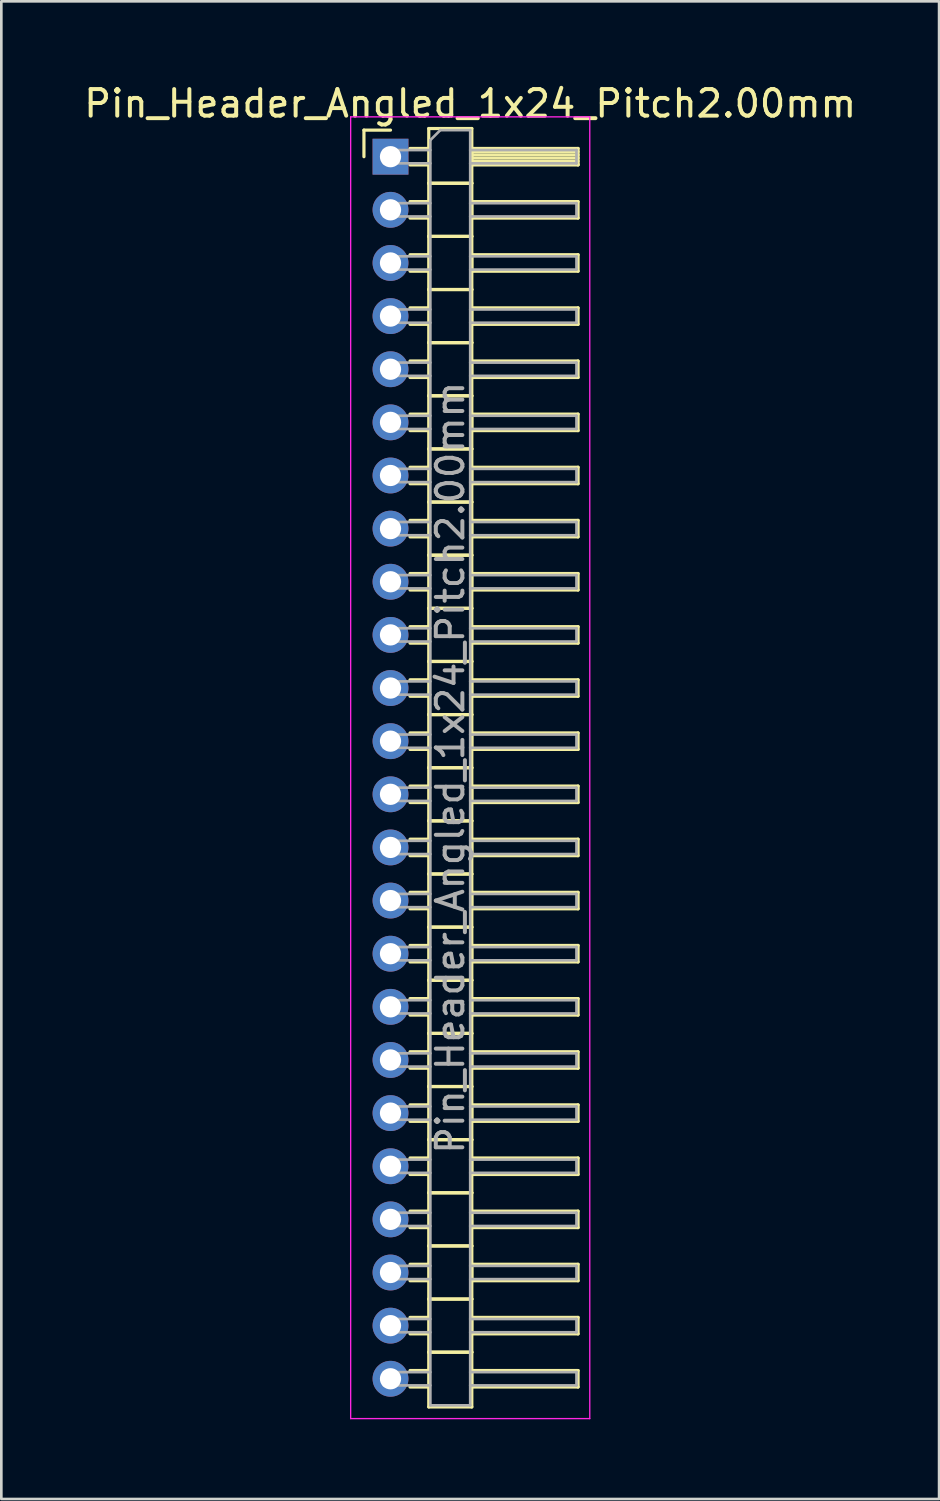
<source format=kicad_pcb>
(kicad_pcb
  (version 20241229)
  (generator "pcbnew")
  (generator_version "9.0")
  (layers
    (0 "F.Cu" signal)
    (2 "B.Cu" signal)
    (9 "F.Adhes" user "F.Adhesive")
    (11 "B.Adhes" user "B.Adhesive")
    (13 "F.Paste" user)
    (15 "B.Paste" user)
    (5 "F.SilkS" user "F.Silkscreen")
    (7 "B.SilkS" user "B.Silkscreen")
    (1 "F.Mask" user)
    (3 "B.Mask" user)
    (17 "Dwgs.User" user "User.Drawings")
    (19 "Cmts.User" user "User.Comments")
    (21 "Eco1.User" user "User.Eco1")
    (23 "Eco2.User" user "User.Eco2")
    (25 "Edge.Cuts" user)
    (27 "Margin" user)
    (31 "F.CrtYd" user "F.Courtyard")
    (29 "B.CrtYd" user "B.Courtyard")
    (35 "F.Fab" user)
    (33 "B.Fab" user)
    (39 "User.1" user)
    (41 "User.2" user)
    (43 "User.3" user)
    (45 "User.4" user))
  (footprint "Pin_Header_Angled_1x24_Pitch2.00mm"
    (layer "F.Cu")
    (at 11.649 2.848)
    (property "Reference" "Pin_Header_Angled_1x24_Pitch2.00mm" (at 3 -2 0) (layer "F.SilkS") (effects (font (size 1 1) (thickness 0.15))))
    (attr through_hole)
    (fp_line (start -1 -1) (end 0 -1) (stroke (width 0.12) (type solid)) (layer "F.SilkS"))
    (fp_line (start -1 0) (end -1 -1) (stroke (width 0.12) (type solid)) (layer "F.SilkS"))
    (fp_line (start 0.735 -0.31) (end 1.44 -0.31) (stroke (width 0.12) (type solid)) (layer "F.SilkS"))
    (fp_line (start 0.735 0.31) (end 1.44 0.31) (stroke (width 0.12) (type solid)) (layer "F.SilkS"))
    (fp_line (start 0.735 1.69) (end 1.44 1.69) (stroke (width 0.12) (type solid)) (layer "F.SilkS"))
    (fp_line (start 0.735 2.31) (end 1.44 2.31) (stroke (width 0.12) (type solid)) (layer "F.SilkS"))
    (fp_line (start 0.735 3.69) (end 1.44 3.69) (stroke (width 0.12) (type solid)) (layer "F.SilkS"))
    (fp_line (start 0.735 4.31) (end 1.44 4.31) (stroke (width 0.12) (type solid)) (layer "F.SilkS"))
    (fp_line (start 0.735 5.69) (end 1.44 5.69) (stroke (width 0.12) (type solid)) (layer "F.SilkS"))
    (fp_line (start 0.735 6.31) (end 1.44 6.31) (stroke (width 0.12) (type solid)) (layer "F.SilkS"))
    (fp_line (start 0.735 7.69) (end 1.44 7.69) (stroke (width 0.12) (type solid)) (layer "F.SilkS"))
    (fp_line (start 0.735 8.31) (end 1.44 8.31) (stroke (width 0.12) (type solid)) (layer "F.SilkS"))
    (fp_line (start 0.735 9.69) (end 1.44 9.69) (stroke (width 0.12) (type solid)) (layer "F.SilkS"))
    (fp_line (start 0.735 10.31) (end 1.44 10.31) (stroke (width 0.12) (type solid)) (layer "F.SilkS"))
    (fp_line (start 0.735 11.69) (end 1.44 11.69) (stroke (width 0.12) (type solid)) (layer "F.SilkS"))
    (fp_line (start 0.735 12.31) (end 1.44 12.31) (stroke (width 0.12) (type solid)) (layer "F.SilkS"))
    (fp_line (start 0.735 13.69) (end 1.44 13.69) (stroke (width 0.12) (type solid)) (layer "F.SilkS"))
    (fp_line (start 0.735 14.31) (end 1.44 14.31) (stroke (width 0.12) (type solid)) (layer "F.SilkS"))
    (fp_line (start 0.735 15.69) (end 1.44 15.69) (stroke (width 0.12) (type solid)) (layer "F.SilkS"))
    (fp_line (start 0.735 16.31) (end 1.44 16.31) (stroke (width 0.12) (type solid)) (layer "F.SilkS"))
    (fp_line (start 0.735 17.69) (end 1.44 17.69) (stroke (width 0.12) (type solid)) (layer "F.SilkS"))
    (fp_line (start 0.735 18.31) (end 1.44 18.31) (stroke (width 0.12) (type solid)) (layer "F.SilkS"))
    (fp_line (start 0.735 19.69) (end 1.44 19.69) (stroke (width 0.12) (type solid)) (layer "F.SilkS"))
    (fp_line (start 0.735 20.31) (end 1.44 20.31) (stroke (width 0.12) (type solid)) (layer "F.SilkS"))
    (fp_line (start 0.735 21.69) (end 1.44 21.69) (stroke (width 0.12) (type solid)) (layer "F.SilkS"))
    (fp_line (start 0.735 22.31) (end 1.44 22.31) (stroke (width 0.12) (type solid)) (layer "F.SilkS"))
    (fp_line (start 0.735 23.69) (end 1.44 23.69) (stroke (width 0.12) (type solid)) (layer "F.SilkS"))
    (fp_line (start 0.735 24.31) (end 1.44 24.31) (stroke (width 0.12) (type solid)) (layer "F.SilkS"))
    (fp_line (start 0.735 25.69) (end 1.44 25.69) (stroke (width 0.12) (type solid)) (layer "F.SilkS"))
    (fp_line (start 0.735 26.31) (end 1.44 26.31) (stroke (width 0.12) (type solid)) (layer "F.SilkS"))
    (fp_line (start 0.735 27.69) (end 1.44 27.69) (stroke (width 0.12) (type solid)) (layer "F.SilkS"))
    (fp_line (start 0.735 28.31) (end 1.44 28.31) (stroke (width 0.12) (type solid)) (layer "F.SilkS"))
    (fp_line (start 0.735 29.69) (end 1.44 29.69) (stroke (width 0.12) (type solid)) (layer "F.SilkS"))
    (fp_line (start 0.735 30.31) (end 1.44 30.31) (stroke (width 0.12) (type solid)) (layer "F.SilkS"))
    (fp_line (start 0.735 31.69) (end 1.44 31.69) (stroke (width 0.12) (type solid)) (layer "F.SilkS"))
    (fp_line (start 0.735 32.31) (end 1.44 32.31) (stroke (width 0.12) (type solid)) (layer "F.SilkS"))
    (fp_line (start 0.735 33.69) (end 1.44 33.69) (stroke (width 0.12) (type solid)) (layer "F.SilkS"))
    (fp_line (start 0.735 34.31) (end 1.44 34.31) (stroke (width 0.12) (type solid)) (layer "F.SilkS"))
    (fp_line (start 0.735 35.69) (end 1.44 35.69) (stroke (width 0.12) (type solid)) (layer "F.SilkS"))
    (fp_line (start 0.735 36.31) (end 1.44 36.31) (stroke (width 0.12) (type solid)) (layer "F.SilkS"))
    (fp_line (start 0.735 37.69) (end 1.44 37.69) (stroke (width 0.12) (type solid)) (layer "F.SilkS"))
    (fp_line (start 0.735 38.31) (end 1.44 38.31) (stroke (width 0.12) (type solid)) (layer "F.SilkS"))
    (fp_line (start 0.735 39.69) (end 1.44 39.69) (stroke (width 0.12) (type solid)) (layer "F.SilkS"))
    (fp_line (start 0.735 40.31) (end 1.44 40.31) (stroke (width 0.12) (type solid)) (layer "F.SilkS"))
    (fp_line (start 0.735 41.69) (end 1.44 41.69) (stroke (width 0.12) (type solid)) (layer "F.SilkS"))
    (fp_line (start 0.735 42.31) (end 1.44 42.31) (stroke (width 0.12) (type solid)) (layer "F.SilkS"))
    (fp_line (start 0.735 43.69) (end 1.44 43.69) (stroke (width 0.12) (type solid)) (layer "F.SilkS"))
    (fp_line (start 0.735 44.31) (end 1.44 44.31) (stroke (width 0.12) (type solid)) (layer "F.SilkS"))
    (fp_line (start 0.735 45.69) (end 1.44 45.69) (stroke (width 0.12) (type solid)) (layer "F.SilkS"))
    (fp_line (start 0.735 46.31) (end 1.44 46.31) (stroke (width 0.12) (type solid)) (layer "F.SilkS"))
    (fp_line (start 1.44 -1.06) (end 1.44 1) (stroke (width 0.12) (type solid)) (layer "F.SilkS"))
    (fp_line (start 1.44 1) (end 1.44 3) (stroke (width 0.12) (type solid)) (layer "F.SilkS"))
    (fp_line (start 1.44 1) (end 3.06 1) (stroke (width 0.12) (type solid)) (layer "F.SilkS"))
    (fp_line (start 1.44 3) (end 1.44 5) (stroke (width 0.12) (type solid)) (layer "F.SilkS"))
    (fp_line (start 1.44 3) (end 3.06 3) (stroke (width 0.12) (type solid)) (layer "F.SilkS"))
    (fp_line (start 1.44 5) (end 1.44 7) (stroke (width 0.12) (type solid)) (layer "F.SilkS"))
    (fp_line (start 1.44 5) (end 3.06 5) (stroke (width 0.12) (type solid)) (layer "F.SilkS"))
    (fp_line (start 1.44 7) (end 1.44 9) (stroke (width 0.12) (type solid)) (layer "F.SilkS"))
    (fp_line (start 1.44 7) (end 3.06 7) (stroke (width 0.12) (type solid)) (layer "F.SilkS"))
    (fp_line (start 1.44 9) (end 1.44 11) (stroke (width 0.12) (type solid)) (layer "F.SilkS"))
    (fp_line (start 1.44 9) (end 3.06 9) (stroke (width 0.12) (type solid)) (layer "F.SilkS"))
    (fp_line (start 1.44 11) (end 1.44 13) (stroke (width 0.12) (type solid)) (layer "F.SilkS"))
    (fp_line (start 1.44 11) (end 3.06 11) (stroke (width 0.12) (type solid)) (layer "F.SilkS"))
    (fp_line (start 1.44 13) (end 1.44 15) (stroke (width 0.12) (type solid)) (layer "F.SilkS"))
    (fp_line (start 1.44 13) (end 3.06 13) (stroke (width 0.12) (type solid)) (layer "F.SilkS"))
    (fp_line (start 1.44 15) (end 1.44 17) (stroke (width 0.12) (type solid)) (layer "F.SilkS"))
    (fp_line (start 1.44 15) (end 3.06 15) (stroke (width 0.12) (type solid)) (layer "F.SilkS"))
    (fp_line (start 1.44 17) (end 1.44 19) (stroke (width 0.12) (type solid)) (layer "F.SilkS"))
    (fp_line (start 1.44 17) (end 3.06 17) (stroke (width 0.12) (type solid)) (layer "F.SilkS"))
    (fp_line (start 1.44 19) (end 1.44 21) (stroke (width 0.12) (type solid)) (layer "F.SilkS"))
    (fp_line (start 1.44 19) (end 3.06 19) (stroke (width 0.12) (type solid)) (layer "F.SilkS"))
    (fp_line (start 1.44 21) (end 1.44 23) (stroke (width 0.12) (type solid)) (layer "F.SilkS"))
    (fp_line (start 1.44 21) (end 3.06 21) (stroke (width 0.12) (type solid)) (layer "F.SilkS"))
    (fp_line (start 1.44 23) (end 1.44 25) (stroke (width 0.12) (type solid)) (layer "F.SilkS"))
    (fp_line (start 1.44 23) (end 3.06 23) (stroke (width 0.12) (type solid)) (layer "F.SilkS"))
    (fp_line (start 1.44 25) (end 1.44 27) (stroke (width 0.12) (type solid)) (layer "F.SilkS"))
    (fp_line (start 1.44 25) (end 3.06 25) (stroke (width 0.12) (type solid)) (layer "F.SilkS"))
    (fp_line (start 1.44 27) (end 1.44 29) (stroke (width 0.12) (type solid)) (layer "F.SilkS"))
    (fp_line (start 1.44 27) (end 3.06 27) (stroke (width 0.12) (type solid)) (layer "F.SilkS"))
    (fp_line (start 1.44 29) (end 1.44 31) (stroke (width 0.12) (type solid)) (layer "F.SilkS"))
    (fp_line (start 1.44 29) (end 3.06 29) (stroke (width 0.12) (type solid)) (layer "F.SilkS"))
    (fp_line (start 1.44 31) (end 1.44 33) (stroke (width 0.12) (type solid)) (layer "F.SilkS"))
    (fp_line (start 1.44 31) (end 3.06 31) (stroke (width 0.12) (type solid)) (layer "F.SilkS"))
    (fp_line (start 1.44 33) (end 1.44 35) (stroke (width 0.12) (type solid)) (layer "F.SilkS"))
    (fp_line (start 1.44 33) (end 3.06 33) (stroke (width 0.12) (type solid)) (layer "F.SilkS"))
    (fp_line (start 1.44 35) (end 1.44 37) (stroke (width 0.12) (type solid)) (layer "F.SilkS"))
    (fp_line (start 1.44 35) (end 3.06 35) (stroke (width 0.12) (type solid)) (layer "F.SilkS"))
    (fp_line (start 1.44 37) (end 1.44 39) (stroke (width 0.12) (type solid)) (layer "F.SilkS"))
    (fp_line (start 1.44 37) (end 3.06 37) (stroke (width 0.12) (type solid)) (layer "F.SilkS"))
    (fp_line (start 1.44 39) (end 1.44 41) (stroke (width 0.12) (type solid)) (layer "F.SilkS"))
    (fp_line (start 1.44 39) (end 3.06 39) (stroke (width 0.12) (type solid)) (layer "F.SilkS"))
    (fp_line (start 1.44 41) (end 1.44 43) (stroke (width 0.12) (type solid)) (layer "F.SilkS"))
    (fp_line (start 1.44 41) (end 3.06 41) (stroke (width 0.12) (type solid)) (layer "F.SilkS"))
    (fp_line (start 1.44 43) (end 1.44 45) (stroke (width 0.12) (type solid)) (layer "F.SilkS"))
    (fp_line (start 1.44 43) (end 3.06 43) (stroke (width 0.12) (type solid)) (layer "F.SilkS"))
    (fp_line (start 1.44 45) (end 1.44 47.06) (stroke (width 0.12) (type solid)) (layer "F.SilkS"))
    (fp_line (start 1.44 45) (end 3.06 45) (stroke (width 0.12) (type solid)) (layer "F.SilkS"))
    (fp_line (start 1.44 47.06) (end 3.06 47.06) (stroke (width 0.12) (type solid)) (layer "F.SilkS"))
    (fp_line (start 3.06 -1.06) (end 1.44 -1.06) (stroke (width 0.12) (type solid)) (layer "F.SilkS"))
    (fp_line (start 3.06 -0.31) (end 3.06 0.31) (stroke (width 0.12) (type solid)) (layer "F.SilkS"))
    (fp_line (start 3.06 -0.19) (end 7.06 -0.19) (stroke (width 0.12) (type solid)) (layer "F.SilkS"))
    (fp_line (start 3.06 -0.07) (end 7.06 -0.07) (stroke (width 0.12) (type solid)) (layer "F.SilkS"))
    (fp_line (start 3.06 0.05) (end 7.06 0.05) (stroke (width 0.12) (type solid)) (layer "F.SilkS"))
    (fp_line (start 3.06 0.17) (end 7.06 0.17) (stroke (width 0.12) (type solid)) (layer "F.SilkS"))
    (fp_line (start 3.06 0.29) (end 7.06 0.29) (stroke (width 0.12) (type solid)) (layer "F.SilkS"))
    (fp_line (start 3.06 0.31) (end 7.06 0.31) (stroke (width 0.12) (type solid)) (layer "F.SilkS"))
    (fp_line (start 3.06 1) (end 1.44 1) (stroke (width 0.12) (type solid)) (layer "F.SilkS"))
    (fp_line (start 3.06 1) (end 3.06 -1.06) (stroke (width 0.12) (type solid)) (layer "F.SilkS"))
    (fp_line (start 3.06 1.69) (end 3.06 2.31) (stroke (width 0.12) (type solid)) (layer "F.SilkS"))
    (fp_line (start 3.06 2.31) (end 7.06 2.31) (stroke (width 0.12) (type solid)) (layer "F.SilkS"))
    (fp_line (start 3.06 3) (end 1.44 3) (stroke (width 0.12) (type solid)) (layer "F.SilkS"))
    (fp_line (start 3.06 3) (end 3.06 1) (stroke (width 0.12) (type solid)) (layer "F.SilkS"))
    (fp_line (start 3.06 3.69) (end 3.06 4.31) (stroke (width 0.12) (type solid)) (layer "F.SilkS"))
    (fp_line (start 3.06 4.31) (end 7.06 4.31) (stroke (width 0.12) (type solid)) (layer "F.SilkS"))
    (fp_line (start 3.06 5) (end 1.44 5) (stroke (width 0.12) (type solid)) (layer "F.SilkS"))
    (fp_line (start 3.06 5) (end 3.06 3) (stroke (width 0.12) (type solid)) (layer "F.SilkS"))
    (fp_line (start 3.06 5.69) (end 3.06 6.31) (stroke (width 0.12) (type solid)) (layer "F.SilkS"))
    (fp_line (start 3.06 6.31) (end 7.06 6.31) (stroke (width 0.12) (type solid)) (layer "F.SilkS"))
    (fp_line (start 3.06 7) (end 1.44 7) (stroke (width 0.12) (type solid)) (layer "F.SilkS"))
    (fp_line (start 3.06 7) (end 3.06 5) (stroke (width 0.12) (type solid)) (layer "F.SilkS"))
    (fp_line (start 3.06 7.69) (end 3.06 8.31) (stroke (width 0.12) (type solid)) (layer "F.SilkS"))
    (fp_line (start 3.06 8.31) (end 7.06 8.31) (stroke (width 0.12) (type solid)) (layer "F.SilkS"))
    (fp_line (start 3.06 9) (end 1.44 9) (stroke (width 0.12) (type solid)) (layer "F.SilkS"))
    (fp_line (start 3.06 9) (end 3.06 7) (stroke (width 0.12) (type solid)) (layer "F.SilkS"))
    (fp_line (start 3.06 9.69) (end 3.06 10.31) (stroke (width 0.12) (type solid)) (layer "F.SilkS"))
    (fp_line (start 3.06 10.31) (end 7.06 10.31) (stroke (width 0.12) (type solid)) (layer "F.SilkS"))
    (fp_line (start 3.06 11) (end 1.44 11) (stroke (width 0.12) (type solid)) (layer "F.SilkS"))
    (fp_line (start 3.06 11) (end 3.06 9) (stroke (width 0.12) (type solid)) (layer "F.SilkS"))
    (fp_line (start 3.06 11.69) (end 3.06 12.31) (stroke (width 0.12) (type solid)) (layer "F.SilkS"))
    (fp_line (start 3.06 12.31) (end 7.06 12.31) (stroke (width 0.12) (type solid)) (layer "F.SilkS"))
    (fp_line (start 3.06 13) (end 1.44 13) (stroke (width 0.12) (type solid)) (layer "F.SilkS"))
    (fp_line (start 3.06 13) (end 3.06 11) (stroke (width 0.12) (type solid)) (layer "F.SilkS"))
    (fp_line (start 3.06 13.69) (end 3.06 14.31) (stroke (width 0.12) (type solid)) (layer "F.SilkS"))
    (fp_line (start 3.06 14.31) (end 7.06 14.31) (stroke (width 0.12) (type solid)) (layer "F.SilkS"))
    (fp_line (start 3.06 15) (end 1.44 15) (stroke (width 0.12) (type solid)) (layer "F.SilkS"))
    (fp_line (start 3.06 15) (end 3.06 13) (stroke (width 0.12) (type solid)) (layer "F.SilkS"))
    (fp_line (start 3.06 15.69) (end 3.06 16.31) (stroke (width 0.12) (type solid)) (layer "F.SilkS"))
    (fp_line (start 3.06 16.31) (end 7.06 16.31) (stroke (width 0.12) (type solid)) (layer "F.SilkS"))
    (fp_line (start 3.06 17) (end 1.44 17) (stroke (width 0.12) (type solid)) (layer "F.SilkS"))
    (fp_line (start 3.06 17) (end 3.06 15) (stroke (width 0.12) (type solid)) (layer "F.SilkS"))
    (fp_line (start 3.06 17.69) (end 3.06 18.31) (stroke (width 0.12) (type solid)) (layer "F.SilkS"))
    (fp_line (start 3.06 18.31) (end 7.06 18.31) (stroke (width 0.12) (type solid)) (layer "F.SilkS"))
    (fp_line (start 3.06 19) (end 1.44 19) (stroke (width 0.12) (type solid)) (layer "F.SilkS"))
    (fp_line (start 3.06 19) (end 3.06 17) (stroke (width 0.12) (type solid)) (layer "F.SilkS"))
    (fp_line (start 3.06 19.69) (end 3.06 20.31) (stroke (width 0.12) (type solid)) (layer "F.SilkS"))
    (fp_line (start 3.06 20.31) (end 7.06 20.31) (stroke (width 0.12) (type solid)) (layer "F.SilkS"))
    (fp_line (start 3.06 21) (end 1.44 21) (stroke (width 0.12) (type solid)) (layer "F.SilkS"))
    (fp_line (start 3.06 21) (end 3.06 19) (stroke (width 0.12) (type solid)) (layer "F.SilkS"))
    (fp_line (start 3.06 21.69) (end 3.06 22.31) (stroke (width 0.12) (type solid)) (layer "F.SilkS"))
    (fp_line (start 3.06 22.31) (end 7.06 22.31) (stroke (width 0.12) (type solid)) (layer "F.SilkS"))
    (fp_line (start 3.06 23) (end 1.44 23) (stroke (width 0.12) (type solid)) (layer "F.SilkS"))
    (fp_line (start 3.06 23) (end 3.06 21) (stroke (width 0.12) (type solid)) (layer "F.SilkS"))
    (fp_line (start 3.06 23.69) (end 3.06 24.31) (stroke (width 0.12) (type solid)) (layer "F.SilkS"))
    (fp_line (start 3.06 24.31) (end 7.06 24.31) (stroke (width 0.12) (type solid)) (layer "F.SilkS"))
    (fp_line (start 3.06 25) (end 1.44 25) (stroke (width 0.12) (type solid)) (layer "F.SilkS"))
    (fp_line (start 3.06 25) (end 3.06 23) (stroke (width 0.12) (type solid)) (layer "F.SilkS"))
    (fp_line (start 3.06 25.69) (end 3.06 26.31) (stroke (width 0.12) (type solid)) (layer "F.SilkS"))
    (fp_line (start 3.06 26.31) (end 7.06 26.31) (stroke (width 0.12) (type solid)) (layer "F.SilkS"))
    (fp_line (start 3.06 27) (end 1.44 27) (stroke (width 0.12) (type solid)) (layer "F.SilkS"))
    (fp_line (start 3.06 27) (end 3.06 25) (stroke (width 0.12) (type solid)) (layer "F.SilkS"))
    (fp_line (start 3.06 27.69) (end 3.06 28.31) (stroke (width 0.12) (type solid)) (layer "F.SilkS"))
    (fp_line (start 3.06 28.31) (end 7.06 28.31) (stroke (width 0.12) (type solid)) (layer "F.SilkS"))
    (fp_line (start 3.06 29) (end 1.44 29) (stroke (width 0.12) (type solid)) (layer "F.SilkS"))
    (fp_line (start 3.06 29) (end 3.06 27) (stroke (width 0.12) (type solid)) (layer "F.SilkS"))
    (fp_line (start 3.06 29.69) (end 3.06 30.31) (stroke (width 0.12) (type solid)) (layer "F.SilkS"))
    (fp_line (start 3.06 30.31) (end 7.06 30.31) (stroke (width 0.12) (type solid)) (layer "F.SilkS"))
    (fp_line (start 3.06 31) (end 1.44 31) (stroke (width 0.12) (type solid)) (layer "F.SilkS"))
    (fp_line (start 3.06 31) (end 3.06 29) (stroke (width 0.12) (type solid)) (layer "F.SilkS"))
    (fp_line (start 3.06 31.69) (end 3.06 32.31) (stroke (width 0.12) (type solid)) (layer "F.SilkS"))
    (fp_line (start 3.06 32.31) (end 7.06 32.31) (stroke (width 0.12) (type solid)) (layer "F.SilkS"))
    (fp_line (start 3.06 33) (end 1.44 33) (stroke (width 0.12) (type solid)) (layer "F.SilkS"))
    (fp_line (start 3.06 33) (end 3.06 31) (stroke (width 0.12) (type solid)) (layer "F.SilkS"))
    (fp_line (start 3.06 33.69) (end 3.06 34.31) (stroke (width 0.12) (type solid)) (layer "F.SilkS"))
    (fp_line (start 3.06 34.31) (end 7.06 34.31) (stroke (width 0.12) (type solid)) (layer "F.SilkS"))
    (fp_line (start 3.06 35) (end 1.44 35) (stroke (width 0.12) (type solid)) (layer "F.SilkS"))
    (fp_line (start 3.06 35) (end 3.06 33) (stroke (width 0.12) (type solid)) (layer "F.SilkS"))
    (fp_line (start 3.06 35.69) (end 3.06 36.31) (stroke (width 0.12) (type solid)) (layer "F.SilkS"))
    (fp_line (start 3.06 36.31) (end 7.06 36.31) (stroke (width 0.12) (type solid)) (layer "F.SilkS"))
    (fp_line (start 3.06 37) (end 1.44 37) (stroke (width 0.12) (type solid)) (layer "F.SilkS"))
    (fp_line (start 3.06 37) (end 3.06 35) (stroke (width 0.12) (type solid)) (layer "F.SilkS"))
    (fp_line (start 3.06 37.69) (end 3.06 38.31) (stroke (width 0.12) (type solid)) (layer "F.SilkS"))
    (fp_line (start 3.06 38.31) (end 7.06 38.31) (stroke (width 0.12) (type solid)) (layer "F.SilkS"))
    (fp_line (start 3.06 39) (end 1.44 39) (stroke (width 0.12) (type solid)) (layer "F.SilkS"))
    (fp_line (start 3.06 39) (end 3.06 37) (stroke (width 0.12) (type solid)) (layer "F.SilkS"))
    (fp_line (start 3.06 39.69) (end 3.06 40.31) (stroke (width 0.12) (type solid)) (layer "F.SilkS"))
    (fp_line (start 3.06 40.31) (end 7.06 40.31) (stroke (width 0.12) (type solid)) (layer "F.SilkS"))
    (fp_line (start 3.06 41) (end 1.44 41) (stroke (width 0.12) (type solid)) (layer "F.SilkS"))
    (fp_line (start 3.06 41) (end 3.06 39) (stroke (width 0.12) (type solid)) (layer "F.SilkS"))
    (fp_line (start 3.06 41.69) (end 3.06 42.31) (stroke (width 0.12) (type solid)) (layer "F.SilkS"))
    (fp_line (start 3.06 42.31) (end 7.06 42.31) (stroke (width 0.12) (type solid)) (layer "F.SilkS"))
    (fp_line (start 3.06 43) (end 1.44 43) (stroke (width 0.12) (type solid)) (layer "F.SilkS"))
    (fp_line (start 3.06 43) (end 3.06 41) (stroke (width 0.12) (type solid)) (layer "F.SilkS"))
    (fp_line (start 3.06 43.69) (end 3.06 44.31) (stroke (width 0.12) (type solid)) (layer "F.SilkS"))
    (fp_line (start 3.06 44.31) (end 7.06 44.31) (stroke (width 0.12) (type solid)) (layer "F.SilkS"))
    (fp_line (start 3.06 45) (end 1.44 45) (stroke (width 0.12) (type solid)) (layer "F.SilkS"))
    (fp_line (start 3.06 45) (end 3.06 43) (stroke (width 0.12) (type solid)) (layer "F.SilkS"))
    (fp_line (start 3.06 45.69) (end 3.06 46.31) (stroke (width 0.12) (type solid)) (layer "F.SilkS"))
    (fp_line (start 3.06 46.31) (end 7.06 46.31) (stroke (width 0.12) (type solid)) (layer "F.SilkS"))
    (fp_line (start 3.06 47.06) (end 3.06 45) (stroke (width 0.12) (type solid)) (layer "F.SilkS"))
    (fp_line (start 7.06 -0.31) (end 3.06 -0.31) (stroke (width 0.12) (type solid)) (layer "F.SilkS"))
    (fp_line (start 7.06 0.31) (end 7.06 -0.31) (stroke (width 0.12) (type solid)) (layer "F.SilkS"))
    (fp_line (start 7.06 1.69) (end 3.06 1.69) (stroke (width 0.12) (type solid)) (layer "F.SilkS"))
    (fp_line (start 7.06 2.31) (end 7.06 1.69) (stroke (width 0.12) (type solid)) (layer "F.SilkS"))
    (fp_line (start 7.06 3.69) (end 3.06 3.69) (stroke (width 0.12) (type solid)) (layer "F.SilkS"))
    (fp_line (start 7.06 4.31) (end 7.06 3.69) (stroke (width 0.12) (type solid)) (layer "F.SilkS"))
    (fp_line (start 7.06 5.69) (end 3.06 5.69) (stroke (width 0.12) (type solid)) (layer "F.SilkS"))
    (fp_line (start 7.06 6.31) (end 7.06 5.69) (stroke (width 0.12) (type solid)) (layer "F.SilkS"))
    (fp_line (start 7.06 7.69) (end 3.06 7.69) (stroke (width 0.12) (type solid)) (layer "F.SilkS"))
    (fp_line (start 7.06 8.31) (end 7.06 7.69) (stroke (width 0.12) (type solid)) (layer "F.SilkS"))
    (fp_line (start 7.06 9.69) (end 3.06 9.69) (stroke (width 0.12) (type solid)) (layer "F.SilkS"))
    (fp_line (start 7.06 10.31) (end 7.06 9.69) (stroke (width 0.12) (type solid)) (layer "F.SilkS"))
    (fp_line (start 7.06 11.69) (end 3.06 11.69) (stroke (width 0.12) (type solid)) (layer "F.SilkS"))
    (fp_line (start 7.06 12.31) (end 7.06 11.69) (stroke (width 0.12) (type solid)) (layer "F.SilkS"))
    (fp_line (start 7.06 13.69) (end 3.06 13.69) (stroke (width 0.12) (type solid)) (layer "F.SilkS"))
    (fp_line (start 7.06 14.31) (end 7.06 13.69) (stroke (width 0.12) (type solid)) (layer "F.SilkS"))
    (fp_line (start 7.06 15.69) (end 3.06 15.69) (stroke (width 0.12) (type solid)) (layer "F.SilkS"))
    (fp_line (start 7.06 16.31) (end 7.06 15.69) (stroke (width 0.12) (type solid)) (layer "F.SilkS"))
    (fp_line (start 7.06 17.69) (end 3.06 17.69) (stroke (width 0.12) (type solid)) (layer "F.SilkS"))
    (fp_line (start 7.06 18.31) (end 7.06 17.69) (stroke (width 0.12) (type solid)) (layer "F.SilkS"))
    (fp_line (start 7.06 19.69) (end 3.06 19.69) (stroke (width 0.12) (type solid)) (layer "F.SilkS"))
    (fp_line (start 7.06 20.31) (end 7.06 19.69) (stroke (width 0.12) (type solid)) (layer "F.SilkS"))
    (fp_line (start 7.06 21.69) (end 3.06 21.69) (stroke (width 0.12) (type solid)) (layer "F.SilkS"))
    (fp_line (start 7.06 22.31) (end 7.06 21.69) (stroke (width 0.12) (type solid)) (layer "F.SilkS"))
    (fp_line (start 7.06 23.69) (end 3.06 23.69) (stroke (width 0.12) (type solid)) (layer "F.SilkS"))
    (fp_line (start 7.06 24.31) (end 7.06 23.69) (stroke (width 0.12) (type solid)) (layer "F.SilkS"))
    (fp_line (start 7.06 25.69) (end 3.06 25.69) (stroke (width 0.12) (type solid)) (layer "F.SilkS"))
    (fp_line (start 7.06 26.31) (end 7.06 25.69) (stroke (width 0.12) (type solid)) (layer "F.SilkS"))
    (fp_line (start 7.06 27.69) (end 3.06 27.69) (stroke (width 0.12) (type solid)) (layer "F.SilkS"))
    (fp_line (start 7.06 28.31) (end 7.06 27.69) (stroke (width 0.12) (type solid)) (layer "F.SilkS"))
    (fp_line (start 7.06 29.69) (end 3.06 29.69) (stroke (width 0.12) (type solid)) (layer "F.SilkS"))
    (fp_line (start 7.06 30.31) (end 7.06 29.69) (stroke (width 0.12) (type solid)) (layer "F.SilkS"))
    (fp_line (start 7.06 31.69) (end 3.06 31.69) (stroke (width 0.12) (type solid)) (layer "F.SilkS"))
    (fp_line (start 7.06 32.31) (end 7.06 31.69) (stroke (width 0.12) (type solid)) (layer "F.SilkS"))
    (fp_line (start 7.06 33.69) (end 3.06 33.69) (stroke (width 0.12) (type solid)) (layer "F.SilkS"))
    (fp_line (start 7.06 34.31) (end 7.06 33.69) (stroke (width 0.12) (type solid)) (layer "F.SilkS"))
    (fp_line (start 7.06 35.69) (end 3.06 35.69) (stroke (width 0.12) (type solid)) (layer "F.SilkS"))
    (fp_line (start 7.06 36.31) (end 7.06 35.69) (stroke (width 0.12) (type solid)) (layer "F.SilkS"))
    (fp_line (start 7.06 37.69) (end 3.06 37.69) (stroke (width 0.12) (type solid)) (layer "F.SilkS"))
    (fp_line (start 7.06 38.31) (end 7.06 37.69) (stroke (width 0.12) (type solid)) (layer "F.SilkS"))
    (fp_line (start 7.06 39.69) (end 3.06 39.69) (stroke (width 0.12) (type solid)) (layer "F.SilkS"))
    (fp_line (start 7.06 40.31) (end 7.06 39.69) (stroke (width 0.12) (type solid)) (layer "F.SilkS"))
    (fp_line (start 7.06 41.69) (end 3.06 41.69) (stroke (width 0.12) (type solid)) (layer "F.SilkS"))
    (fp_line (start 7.06 42.31) (end 7.06 41.69) (stroke (width 0.12) (type solid)) (layer "F.SilkS"))
    (fp_line (start 7.06 43.69) (end 3.06 43.69) (stroke (width 0.12) (type solid)) (layer "F.SilkS"))
    (fp_line (start 7.06 44.31) (end 7.06 43.69) (stroke (width 0.12) (type solid)) (layer "F.SilkS"))
    (fp_line (start 7.06 45.69) (end 3.06 45.69) (stroke (width 0.12) (type solid)) (layer "F.SilkS"))
    (fp_line (start 7.06 46.31) (end 7.06 45.69) (stroke (width 0.12) (type solid)) (layer "F.SilkS"))
    (fp_line (start -1.5 -1.5) (end -1.5 47.5) (stroke (width 0.05) (type solid)) (layer "F.CrtYd"))
    (fp_line (start -1.5 47.5) (end 7.5 47.5) (stroke (width 0.05) (type solid)) (layer "F.CrtYd"))
    (fp_line (start 7.5 -1.5) (end -1.5 -1.5) (stroke (width 0.05) (type solid)) (layer "F.CrtYd"))
    (fp_line (start 7.5 47.5) (end 7.5 -1.5) (stroke (width 0.05) (type solid)) (layer "F.CrtYd"))
    (fp_line (start -0.25 -0.25) (end -0.25 0.25) (stroke (width 0.1) (type solid)) (layer "F.Fab"))
    (fp_line (start -0.25 -0.25) (end 1.5 -0.25) (stroke (width 0.1) (type solid)) (layer "F.Fab"))
    (fp_line (start -0.25 0.25) (end 1.5 0.25) (stroke (width 0.1) (type solid)) (layer "F.Fab"))
    (fp_line (start -0.25 1.75) (end -0.25 2.25) (stroke (width 0.1) (type solid)) (layer "F.Fab"))
    (fp_line (start -0.25 1.75) (end 1.5 1.75) (stroke (width 0.1) (type solid)) (layer "F.Fab"))
    (fp_line (start -0.25 2.25) (end 1.5 2.25) (stroke (width 0.1) (type solid)) (layer "F.Fab"))
    (fp_line (start -0.25 3.75) (end -0.25 4.25) (stroke (width 0.1) (type solid)) (layer "F.Fab"))
    (fp_line (start -0.25 3.75) (end 1.5 3.75) (stroke (width 0.1) (type solid)) (layer "F.Fab"))
    (fp_line (start -0.25 4.25) (end 1.5 4.25) (stroke (width 0.1) (type solid)) (layer "F.Fab"))
    (fp_line (start -0.25 5.75) (end -0.25 6.25) (stroke (width 0.1) (type solid)) (layer "F.Fab"))
    (fp_line (start -0.25 5.75) (end 1.5 5.75) (stroke (width 0.1) (type solid)) (layer "F.Fab"))
    (fp_line (start -0.25 6.25) (end 1.5 6.25) (stroke (width 0.1) (type solid)) (layer "F.Fab"))
    (fp_line (start -0.25 7.75) (end -0.25 8.25) (stroke (width 0.1) (type solid)) (layer "F.Fab"))
    (fp_line (start -0.25 7.75) (end 1.5 7.75) (stroke (width 0.1) (type solid)) (layer "F.Fab"))
    (fp_line (start -0.25 8.25) (end 1.5 8.25) (stroke (width 0.1) (type solid)) (layer "F.Fab"))
    (fp_line (start -0.25 9.75) (end -0.25 10.25) (stroke (width 0.1) (type solid)) (layer "F.Fab"))
    (fp_line (start -0.25 9.75) (end 1.5 9.75) (stroke (width 0.1) (type solid)) (layer "F.Fab"))
    (fp_line (start -0.25 10.25) (end 1.5 10.25) (stroke (width 0.1) (type solid)) (layer "F.Fab"))
    (fp_line (start -0.25 11.75) (end -0.25 12.25) (stroke (width 0.1) (type solid)) (layer "F.Fab"))
    (fp_line (start -0.25 11.75) (end 1.5 11.75) (stroke (width 0.1) (type solid)) (layer "F.Fab"))
    (fp_line (start -0.25 12.25) (end 1.5 12.25) (stroke (width 0.1) (type solid)) (layer "F.Fab"))
    (fp_line (start -0.25 13.75) (end -0.25 14.25) (stroke (width 0.1) (type solid)) (layer "F.Fab"))
    (fp_line (start -0.25 13.75) (end 1.5 13.75) (stroke (width 0.1) (type solid)) (layer "F.Fab"))
    (fp_line (start -0.25 14.25) (end 1.5 14.25) (stroke (width 0.1) (type solid)) (layer "F.Fab"))
    (fp_line (start -0.25 15.75) (end -0.25 16.25) (stroke (width 0.1) (type solid)) (layer "F.Fab"))
    (fp_line (start -0.25 15.75) (end 1.5 15.75) (stroke (width 0.1) (type solid)) (layer "F.Fab"))
    (fp_line (start -0.25 16.25) (end 1.5 16.25) (stroke (width 0.1) (type solid)) (layer "F.Fab"))
    (fp_line (start -0.25 17.75) (end -0.25 18.25) (stroke (width 0.1) (type solid)) (layer "F.Fab"))
    (fp_line (start -0.25 17.75) (end 1.5 17.75) (stroke (width 0.1) (type solid)) (layer "F.Fab"))
    (fp_line (start -0.25 18.25) (end 1.5 18.25) (stroke (width 0.1) (type solid)) (layer "F.Fab"))
    (fp_line (start -0.25 19.75) (end -0.25 20.25) (stroke (width 0.1) (type solid)) (layer "F.Fab"))
    (fp_line (start -0.25 19.75) (end 1.5 19.75) (stroke (width 0.1) (type solid)) (layer "F.Fab"))
    (fp_line (start -0.25 20.25) (end 1.5 20.25) (stroke (width 0.1) (type solid)) (layer "F.Fab"))
    (fp_line (start -0.25 21.75) (end -0.25 22.25) (stroke (width 0.1) (type solid)) (layer "F.Fab"))
    (fp_line (start -0.25 21.75) (end 1.5 21.75) (stroke (width 0.1) (type solid)) (layer "F.Fab"))
    (fp_line (start -0.25 22.25) (end 1.5 22.25) (stroke (width 0.1) (type solid)) (layer "F.Fab"))
    (fp_line (start -0.25 23.75) (end -0.25 24.25) (stroke (width 0.1) (type solid)) (layer "F.Fab"))
    (fp_line (start -0.25 23.75) (end 1.5 23.75) (stroke (width 0.1) (type solid)) (layer "F.Fab"))
    (fp_line (start -0.25 24.25) (end 1.5 24.25) (stroke (width 0.1) (type solid)) (layer "F.Fab"))
    (fp_line (start -0.25 25.75) (end -0.25 26.25) (stroke (width 0.1) (type solid)) (layer "F.Fab"))
    (fp_line (start -0.25 25.75) (end 1.5 25.75) (stroke (width 0.1) (type solid)) (layer "F.Fab"))
    (fp_line (start -0.25 26.25) (end 1.5 26.25) (stroke (width 0.1) (type solid)) (layer "F.Fab"))
    (fp_line (start -0.25 27.75) (end -0.25 28.25) (stroke (width 0.1) (type solid)) (layer "F.Fab"))
    (fp_line (start -0.25 27.75) (end 1.5 27.75) (stroke (width 0.1) (type solid)) (layer "F.Fab"))
    (fp_line (start -0.25 28.25) (end 1.5 28.25) (stroke (width 0.1) (type solid)) (layer "F.Fab"))
    (fp_line (start -0.25 29.75) (end -0.25 30.25) (stroke (width 0.1) (type solid)) (layer "F.Fab"))
    (fp_line (start -0.25 29.75) (end 1.5 29.75) (stroke (width 0.1) (type solid)) (layer "F.Fab"))
    (fp_line (start -0.25 30.25) (end 1.5 30.25) (stroke (width 0.1) (type solid)) (layer "F.Fab"))
    (fp_line (start -0.25 31.75) (end -0.25 32.25) (stroke (width 0.1) (type solid)) (layer "F.Fab"))
    (fp_line (start -0.25 31.75) (end 1.5 31.75) (stroke (width 0.1) (type solid)) (layer "F.Fab"))
    (fp_line (start -0.25 32.25) (end 1.5 32.25) (stroke (width 0.1) (type solid)) (layer "F.Fab"))
    (fp_line (start -0.25 33.75) (end -0.25 34.25) (stroke (width 0.1) (type solid)) (layer "F.Fab"))
    (fp_line (start -0.25 33.75) (end 1.5 33.75) (stroke (width 0.1) (type solid)) (layer "F.Fab"))
    (fp_line (start -0.25 34.25) (end 1.5 34.25) (stroke (width 0.1) (type solid)) (layer "F.Fab"))
    (fp_line (start -0.25 35.75) (end -0.25 36.25) (stroke (width 0.1) (type solid)) (layer "F.Fab"))
    (fp_line (start -0.25 35.75) (end 1.5 35.75) (stroke (width 0.1) (type solid)) (layer "F.Fab"))
    (fp_line (start -0.25 36.25) (end 1.5 36.25) (stroke (width 0.1) (type solid)) (layer "F.Fab"))
    (fp_line (start -0.25 37.75) (end -0.25 38.25) (stroke (width 0.1) (type solid)) (layer "F.Fab"))
    (fp_line (start -0.25 37.75) (end 1.5 37.75) (stroke (width 0.1) (type solid)) (layer "F.Fab"))
    (fp_line (start -0.25 38.25) (end 1.5 38.25) (stroke (width 0.1) (type solid)) (layer "F.Fab"))
    (fp_line (start -0.25 39.75) (end -0.25 40.25) (stroke (width 0.1) (type solid)) (layer "F.Fab"))
    (fp_line (start -0.25 39.75) (end 1.5 39.75) (stroke (width 0.1) (type solid)) (layer "F.Fab"))
    (fp_line (start -0.25 40.25) (end 1.5 40.25) (stroke (width 0.1) (type solid)) (layer "F.Fab"))
    (fp_line (start -0.25 41.75) (end -0.25 42.25) (stroke (width 0.1) (type solid)) (layer "F.Fab"))
    (fp_line (start -0.25 41.75) (end 1.5 41.75) (stroke (width 0.1) (type solid)) (layer "F.Fab"))
    (fp_line (start -0.25 42.25) (end 1.5 42.25) (stroke (width 0.1) (type solid)) (layer "F.Fab"))
    (fp_line (start -0.25 43.75) (end -0.25 44.25) (stroke (width 0.1) (type solid)) (layer "F.Fab"))
    (fp_line (start -0.25 43.75) (end 1.5 43.75) (stroke (width 0.1) (type solid)) (layer "F.Fab"))
    (fp_line (start -0.25 44.25) (end 1.5 44.25) (stroke (width 0.1) (type solid)) (layer "F.Fab"))
    (fp_line (start -0.25 45.75) (end -0.25 46.25) (stroke (width 0.1) (type solid)) (layer "F.Fab"))
    (fp_line (start -0.25 45.75) (end 1.5 45.75) (stroke (width 0.1) (type solid)) (layer "F.Fab"))
    (fp_line (start -0.25 46.25) (end 1.5 46.25) (stroke (width 0.1) (type solid)) (layer "F.Fab"))
    (fp_line (start 1.5 -0.625) (end 1.875 -1) (stroke (width 0.1) (type solid)) (layer "F.Fab"))
    (fp_line (start 1.5 47) (end 1.5 -0.625) (stroke (width 0.1) (type solid)) (layer "F.Fab"))
    (fp_line (start 1.875 -1) (end 3 -1) (stroke (width 0.1) (type solid)) (layer "F.Fab"))
    (fp_line (start 3 -1) (end 3 47) (stroke (width 0.1) (type solid)) (layer "F.Fab"))
    (fp_line (start 3 -0.25) (end 7 -0.25) (stroke (width 0.1) (type solid)) (layer "F.Fab"))
    (fp_line (start 3 0.25) (end 7 0.25) (stroke (width 0.1) (type solid)) (layer "F.Fab"))
    (fp_line (start 3 1.75) (end 7 1.75) (stroke (width 0.1) (type solid)) (layer "F.Fab"))
    (fp_line (start 3 2.25) (end 7 2.25) (stroke (width 0.1) (type solid)) (layer "F.Fab"))
    (fp_line (start 3 3.75) (end 7 3.75) (stroke (width 0.1) (type solid)) (layer "F.Fab"))
    (fp_line (start 3 4.25) (end 7 4.25) (stroke (width 0.1) (type solid)) (layer "F.Fab"))
    (fp_line (start 3 5.75) (end 7 5.75) (stroke (width 0.1) (type solid)) (layer "F.Fab"))
    (fp_line (start 3 6.25) (end 7 6.25) (stroke (width 0.1) (type solid)) (layer "F.Fab"))
    (fp_line (start 3 7.75) (end 7 7.75) (stroke (width 0.1) (type solid)) (layer "F.Fab"))
    (fp_line (start 3 8.25) (end 7 8.25) (stroke (width 0.1) (type solid)) (layer "F.Fab"))
    (fp_line (start 3 9.75) (end 7 9.75) (stroke (width 0.1) (type solid)) (layer "F.Fab"))
    (fp_line (start 3 10.25) (end 7 10.25) (stroke (width 0.1) (type solid)) (layer "F.Fab"))
    (fp_line (start 3 11.75) (end 7 11.75) (stroke (width 0.1) (type solid)) (layer "F.Fab"))
    (fp_line (start 3 12.25) (end 7 12.25) (stroke (width 0.1) (type solid)) (layer "F.Fab"))
    (fp_line (start 3 13.75) (end 7 13.75) (stroke (width 0.1) (type solid)) (layer "F.Fab"))
    (fp_line (start 3 14.25) (end 7 14.25) (stroke (width 0.1) (type solid)) (layer "F.Fab"))
    (fp_line (start 3 15.75) (end 7 15.75) (stroke (width 0.1) (type solid)) (layer "F.Fab"))
    (fp_line (start 3 16.25) (end 7 16.25) (stroke (width 0.1) (type solid)) (layer "F.Fab"))
    (fp_line (start 3 17.75) (end 7 17.75) (stroke (width 0.1) (type solid)) (layer "F.Fab"))
    (fp_line (start 3 18.25) (end 7 18.25) (stroke (width 0.1) (type solid)) (layer "F.Fab"))
    (fp_line (start 3 19.75) (end 7 19.75) (stroke (width 0.1) (type solid)) (layer "F.Fab"))
    (fp_line (start 3 20.25) (end 7 20.25) (stroke (width 0.1) (type solid)) (layer "F.Fab"))
    (fp_line (start 3 21.75) (end 7 21.75) (stroke (width 0.1) (type solid)) (layer "F.Fab"))
    (fp_line (start 3 22.25) (end 7 22.25) (stroke (width 0.1) (type solid)) (layer "F.Fab"))
    (fp_line (start 3 23.75) (end 7 23.75) (stroke (width 0.1) (type solid)) (layer "F.Fab"))
    (fp_line (start 3 24.25) (end 7 24.25) (stroke (width 0.1) (type solid)) (layer "F.Fab"))
    (fp_line (start 3 25.75) (end 7 25.75) (stroke (width 0.1) (type solid)) (layer "F.Fab"))
    (fp_line (start 3 26.25) (end 7 26.25) (stroke (width 0.1) (type solid)) (layer "F.Fab"))
    (fp_line (start 3 27.75) (end 7 27.75) (stroke (width 0.1) (type solid)) (layer "F.Fab"))
    (fp_line (start 3 28.25) (end 7 28.25) (stroke (width 0.1) (type solid)) (layer "F.Fab"))
    (fp_line (start 3 29.75) (end 7 29.75) (stroke (width 0.1) (type solid)) (layer "F.Fab"))
    (fp_line (start 3 30.25) (end 7 30.25) (stroke (width 0.1) (type solid)) (layer "F.Fab"))
    (fp_line (start 3 31.75) (end 7 31.75) (stroke (width 0.1) (type solid)) (layer "F.Fab"))
    (fp_line (start 3 32.25) (end 7 32.25) (stroke (width 0.1) (type solid)) (layer "F.Fab"))
    (fp_line (start 3 33.75) (end 7 33.75) (stroke (width 0.1) (type solid)) (layer "F.Fab"))
    (fp_line (start 3 34.25) (end 7 34.25) (stroke (width 0.1) (type solid)) (layer "F.Fab"))
    (fp_line (start 3 35.75) (end 7 35.75) (stroke (width 0.1) (type solid)) (layer "F.Fab"))
    (fp_line (start 3 36.25) (end 7 36.25) (stroke (width 0.1) (type solid)) (layer "F.Fab"))
    (fp_line (start 3 37.75) (end 7 37.75) (stroke (width 0.1) (type solid)) (layer "F.Fab"))
    (fp_line (start 3 38.25) (end 7 38.25) (stroke (width 0.1) (type solid)) (layer "F.Fab"))
    (fp_line (start 3 39.75) (end 7 39.75) (stroke (width 0.1) (type solid)) (layer "F.Fab"))
    (fp_line (start 3 40.25) (end 7 40.25) (stroke (width 0.1) (type solid)) (layer "F.Fab"))
    (fp_line (start 3 41.75) (end 7 41.75) (stroke (width 0.1) (type solid)) (layer "F.Fab"))
    (fp_line (start 3 42.25) (end 7 42.25) (stroke (width 0.1) (type solid)) (layer "F.Fab"))
    (fp_line (start 3 43.75) (end 7 43.75) (stroke (width 0.1) (type solid)) (layer "F.Fab"))
    (fp_line (start 3 44.25) (end 7 44.25) (stroke (width 0.1) (type solid)) (layer "F.Fab"))
    (fp_line (start 3 45.75) (end 7 45.75) (stroke (width 0.1) (type solid)) (layer "F.Fab"))
    (fp_line (start 3 46.25) (end 7 46.25) (stroke (width 0.1) (type solid)) (layer "F.Fab"))
    (fp_line (start 3 47) (end 1.5 47) (stroke (width 0.1) (type solid)) (layer "F.Fab"))
    (fp_line (start 7 -0.25) (end 7 0.25) (stroke (width 0.1) (type solid)) (layer "F.Fab"))
    (fp_line (start 7 1.75) (end 7 2.25) (stroke (width 0.1) (type solid)) (layer "F.Fab"))
    (fp_line (start 7 3.75) (end 7 4.25) (stroke (width 0.1) (type solid)) (layer "F.Fab"))
    (fp_line (start 7 5.75) (end 7 6.25) (stroke (width 0.1) (type solid)) (layer "F.Fab"))
    (fp_line (start 7 7.75) (end 7 8.25) (stroke (width 0.1) (type solid)) (layer "F.Fab"))
    (fp_line (start 7 9.75) (end 7 10.25) (stroke (width 0.1) (type solid)) (layer "F.Fab"))
    (fp_line (start 7 11.75) (end 7 12.25) (stroke (width 0.1) (type solid)) (layer "F.Fab"))
    (fp_line (start 7 13.75) (end 7 14.25) (stroke (width 0.1) (type solid)) (layer "F.Fab"))
    (fp_line (start 7 15.75) (end 7 16.25) (stroke (width 0.1) (type solid)) (layer "F.Fab"))
    (fp_line (start 7 17.75) (end 7 18.25) (stroke (width 0.1) (type solid)) (layer "F.Fab"))
    (fp_line (start 7 19.75) (end 7 20.25) (stroke (width 0.1) (type solid)) (layer "F.Fab"))
    (fp_line (start 7 21.75) (end 7 22.25) (stroke (width 0.1) (type solid)) (layer "F.Fab"))
    (fp_line (start 7 23.75) (end 7 24.25) (stroke (width 0.1) (type solid)) (layer "F.Fab"))
    (fp_line (start 7 25.75) (end 7 26.25) (stroke (width 0.1) (type solid)) (layer "F.Fab"))
    (fp_line (start 7 27.75) (end 7 28.25) (stroke (width 0.1) (type solid)) (layer "F.Fab"))
    (fp_line (start 7 29.75) (end 7 30.25) (stroke (width 0.1) (type solid)) (layer "F.Fab"))
    (fp_line (start 7 31.75) (end 7 32.25) (stroke (width 0.1) (type solid)) (layer "F.Fab"))
    (fp_line (start 7 33.75) (end 7 34.25) (stroke (width 0.1) (type solid)) (layer "F.Fab"))
    (fp_line (start 7 35.75) (end 7 36.25) (stroke (width 0.1) (type solid)) (layer "F.Fab"))
    (fp_line (start 7 37.75) (end 7 38.25) (stroke (width 0.1) (type solid)) (layer "F.Fab"))
    (fp_line (start 7 39.75) (end 7 40.25) (stroke (width 0.1) (type solid)) (layer "F.Fab"))
    (fp_line (start 7 41.75) (end 7 42.25) (stroke (width 0.1) (type solid)) (layer "F.Fab"))
    (fp_line (start 7 43.75) (end 7 44.25) (stroke (width 0.1) (type solid)) (layer "F.Fab"))
    (fp_line (start 7 45.75) (end 7 46.25) (stroke (width 0.1) (type solid)) (layer "F.Fab"))
    (fp_text user "${REFERENCE}" (at 2.25 23 90) (layer "F.Fab") (effects (font (size 1 1) (thickness 0.15))))
    (pad "1" thru_hole rect (at 0 0) (size 1.35 1.35) (drill 0.8) (layers "*.Cu" "*.Mask"))
    (pad "2" thru_hole oval (at 0 2) (size 1.35 1.35) (drill 0.8) (layers "*.Cu" "*.Mask"))
    (pad "3" thru_hole oval (at 0 4) (size 1.35 1.35) (drill 0.8) (layers "*.Cu" "*.Mask"))
    (pad "4" thru_hole oval (at 0 6) (size 1.35 1.35) (drill 0.8) (layers "*.Cu" "*.Mask"))
    (pad "5" thru_hole oval (at 0 8) (size 1.35 1.35) (drill 0.8) (layers "*.Cu" "*.Mask"))
    (pad "6" thru_hole oval (at 0 10) (size 1.35 1.35) (drill 0.8) (layers "*.Cu" "*.Mask"))
    (pad "7" thru_hole oval (at 0 12) (size 1.35 1.35) (drill 0.8) (layers "*.Cu" "*.Mask"))
    (pad "8" thru_hole oval (at 0 14) (size 1.35 1.35) (drill 0.8) (layers "*.Cu" "*.Mask"))
    (pad "9" thru_hole oval (at 0 16) (size 1.35 1.35) (drill 0.8) (layers "*.Cu" "*.Mask"))
    (pad "10" thru_hole oval (at 0 18) (size 1.35 1.35) (drill 0.8) (layers "*.Cu" "*.Mask"))
    (pad "11" thru_hole oval (at 0 20) (size 1.35 1.35) (drill 0.8) (layers "*.Cu" "*.Mask"))
    (pad "12" thru_hole oval (at 0 22) (size 1.35 1.35) (drill 0.8) (layers "*.Cu" "*.Mask"))
    (pad "13" thru_hole oval (at 0 24) (size 1.35 1.35) (drill 0.8) (layers "*.Cu" "*.Mask"))
    (pad "14" thru_hole oval (at 0 26) (size 1.35 1.35) (drill 0.8) (layers "*.Cu" "*.Mask"))
    (pad "15" thru_hole oval (at 0 28) (size 1.35 1.35) (drill 0.8) (layers "*.Cu" "*.Mask"))
    (pad "16" thru_hole oval (at 0 30) (size 1.35 1.35) (drill 0.8) (layers "*.Cu" "*.Mask"))
    (pad "17" thru_hole oval (at 0 32) (size 1.35 1.35) (drill 0.8) (layers "*.Cu" "*.Mask"))
    (pad "18" thru_hole oval (at 0 34) (size 1.35 1.35) (drill 0.8) (layers "*.Cu" "*.Mask"))
    (pad "19" thru_hole oval (at 0 36) (size 1.35 1.35) (drill 0.8) (layers "*.Cu" "*.Mask"))
    (pad "20" thru_hole oval (at 0 38) (size 1.35 1.35) (drill 0.8) (layers "*.Cu" "*.Mask"))
    (pad "21" thru_hole oval (at 0 40) (size 1.35 1.35) (drill 0.8) (layers "*.Cu" "*.Mask"))
    (pad "22" thru_hole oval (at 0 42) (size 1.35 1.35) (drill 0.8) (layers "*.Cu" "*.Mask"))
    (pad "23" thru_hole oval (at 0 44) (size 1.35 1.35) (drill 0.8) (layers "*.Cu" "*.Mask"))
    (pad "24" thru_hole oval (at 0 46) (size 1.35 1.35) (drill 0.8) (layers "*.Cu" "*.Mask")))
  (gr_rect
    (start -3 -3)
    (end 32.298 53.373)
    (stroke (width 0.1) (type default))
    (fill no)
    (layer "Edge.Cuts")))
</source>
